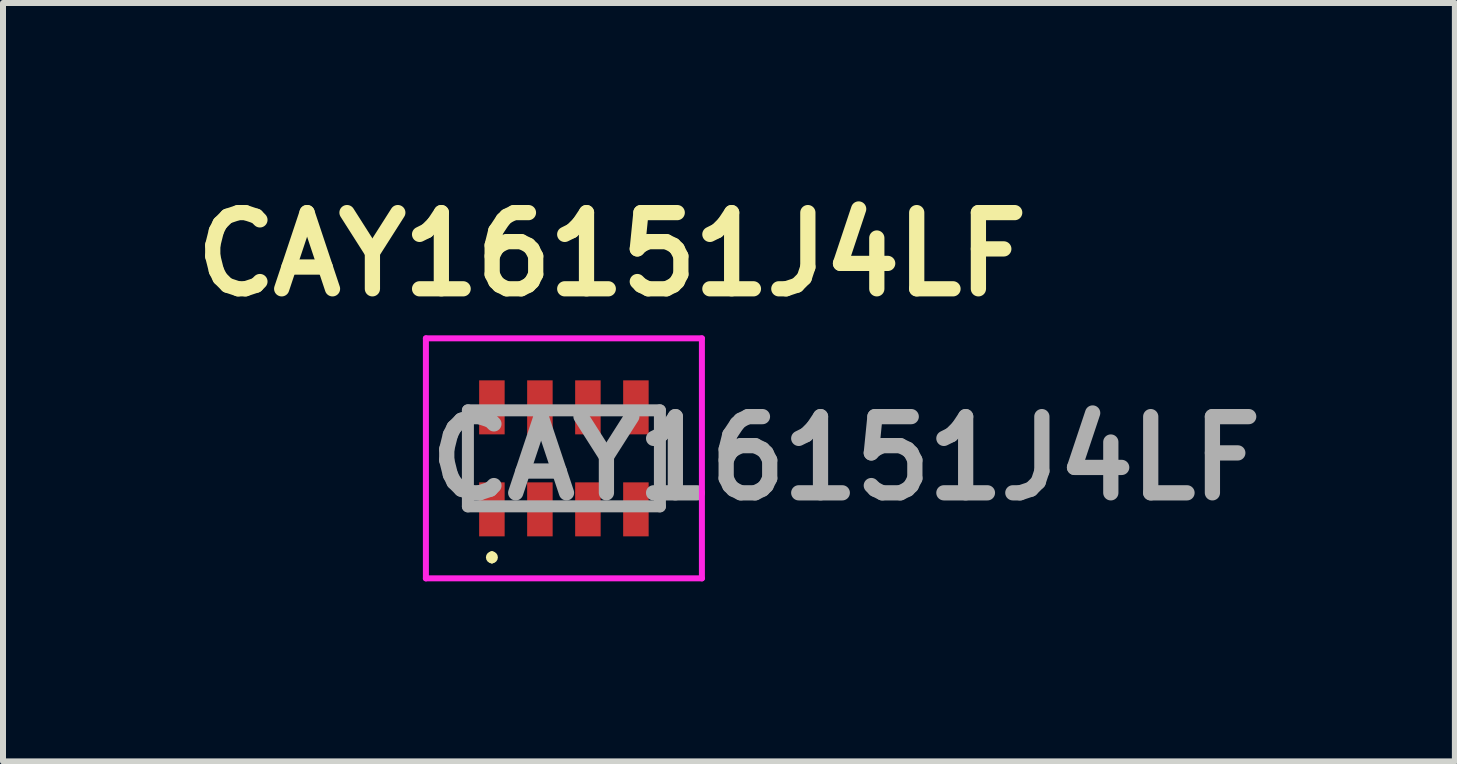
<source format=kicad_pcb>
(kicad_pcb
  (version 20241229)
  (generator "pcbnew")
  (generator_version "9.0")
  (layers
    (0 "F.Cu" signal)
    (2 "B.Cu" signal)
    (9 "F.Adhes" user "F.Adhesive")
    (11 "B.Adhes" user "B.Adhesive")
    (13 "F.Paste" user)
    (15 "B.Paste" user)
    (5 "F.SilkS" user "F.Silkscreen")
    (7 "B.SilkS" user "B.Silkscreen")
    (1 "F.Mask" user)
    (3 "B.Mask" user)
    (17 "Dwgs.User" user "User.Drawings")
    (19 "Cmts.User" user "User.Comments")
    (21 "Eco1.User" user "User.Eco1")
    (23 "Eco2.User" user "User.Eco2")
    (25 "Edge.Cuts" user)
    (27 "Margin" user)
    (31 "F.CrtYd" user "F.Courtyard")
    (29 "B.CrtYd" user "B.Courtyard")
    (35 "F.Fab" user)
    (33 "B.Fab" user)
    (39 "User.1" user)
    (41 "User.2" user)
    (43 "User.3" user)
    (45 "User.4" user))
  (footprint "CAY16151J4LF"
    (layer "F.Cu")
    (at 6.348 4.589)
    (property "Reference" "CAY16151J4LF" (at 0.8 -3.4 0) (layer "F.SilkS") (effects (font (size 1.27 1.27) (thickness 0.254))))
    (attr smd)
    (fp_line (start -1.6 -0.8) (end -1.6 0.8) (stroke (width 0.1) (type solid)) (layer "F.SilkS"))
    (fp_line (start -1.2 1.6) (end -1.2 1.6) (stroke (width 0.1) (type solid)) (layer "F.SilkS"))
    (fp_line (start -1.2 1.7) (end -1.2 1.7) (stroke (width 0.1) (type solid)) (layer "F.SilkS"))
    (fp_line (start 1.6 -0.8) (end 1.6 0.8) (stroke (width 0.1) (type solid)) (layer "F.SilkS"))
    (fp_arc (start -1.2 1.6) (mid -1.15 1.65) (end -1.2 1.7) (stroke (width 0.1) (type solid)) (layer "F.SilkS"))
    (fp_arc (start -1.2 1.7) (mid -1.25 1.65) (end -1.2 1.6) (stroke (width 0.1) (type solid)) (layer "F.SilkS"))
    (fp_line (start -2.3 -2) (end 2.3 -2) (stroke (width 0.1) (type solid)) (layer "F.CrtYd"))
    (fp_line (start -2.3 2) (end -2.3 -2) (stroke (width 0.1) (type solid)) (layer "F.CrtYd"))
    (fp_line (start 2.3 -2) (end 2.3 2) (stroke (width 0.1) (type solid)) (layer "F.CrtYd"))
    (fp_line (start 2.3 2) (end -2.3 2) (stroke (width 0.1) (type solid)) (layer "F.CrtYd"))
    (fp_line (start -1.6 -0.8) (end 1.6 -0.8) (stroke (width 0.2) (type solid)) (layer "F.Fab"))
    (fp_line (start -1.6 0.8) (end -1.6 -0.8) (stroke (width 0.2) (type solid)) (layer "F.Fab"))
    (fp_line (start 1.6 -0.8) (end 1.6 0.8) (stroke (width 0.2) (type solid)) (layer "F.Fab"))
    (fp_line (start 1.6 0.8) (end -1.6 0.8) (stroke (width 0.2) (type solid)) (layer "F.Fab"))
    (fp_text user "${REFERENCE}" (at 4.7 0 0) (layer "F.Fab") (effects (font (size 1.27 1.27) (thickness 0.254))))
    (pad "1" smd rect (at -1.2 0.85) (size 0.425 0.9) (layers "F.Cu" "F.Mask" "F.Paste"))
    (pad "2" smd rect (at -0.4 0.85) (size 0.425 0.9) (layers "F.Cu" "F.Mask" "F.Paste"))
    (pad "3" smd rect (at 0.4 0.85) (size 0.425 0.9) (layers "F.Cu" "F.Mask" "F.Paste"))
    (pad "4" smd rect (at 1.2 0.85) (size 0.425 0.9) (layers "F.Cu" "F.Mask" "F.Paste"))
    (pad "5" smd rect (at 1.2 -0.85) (size 0.425 0.9) (layers "F.Cu" "F.Mask" "F.Paste"))
    (pad "6" smd rect (at 0.4 -0.85) (size 0.425 0.9) (layers "F.Cu" "F.Mask" "F.Paste"))
    (pad "7" smd rect (at -0.4 -0.85) (size 0.425 0.9) (layers "F.Cu" "F.Mask" "F.Paste"))
    (pad "8" smd rect (at -1.2 -0.85) (size 0.425 0.9) (layers "F.Cu" "F.Mask" "F.Paste")))
  (gr_rect
    (start -3 -3)
    (end 21.197 9.639)
    (stroke (width 0.1) (type default))
    (fill no)
    (layer "Edge.Cuts")))
</source>
